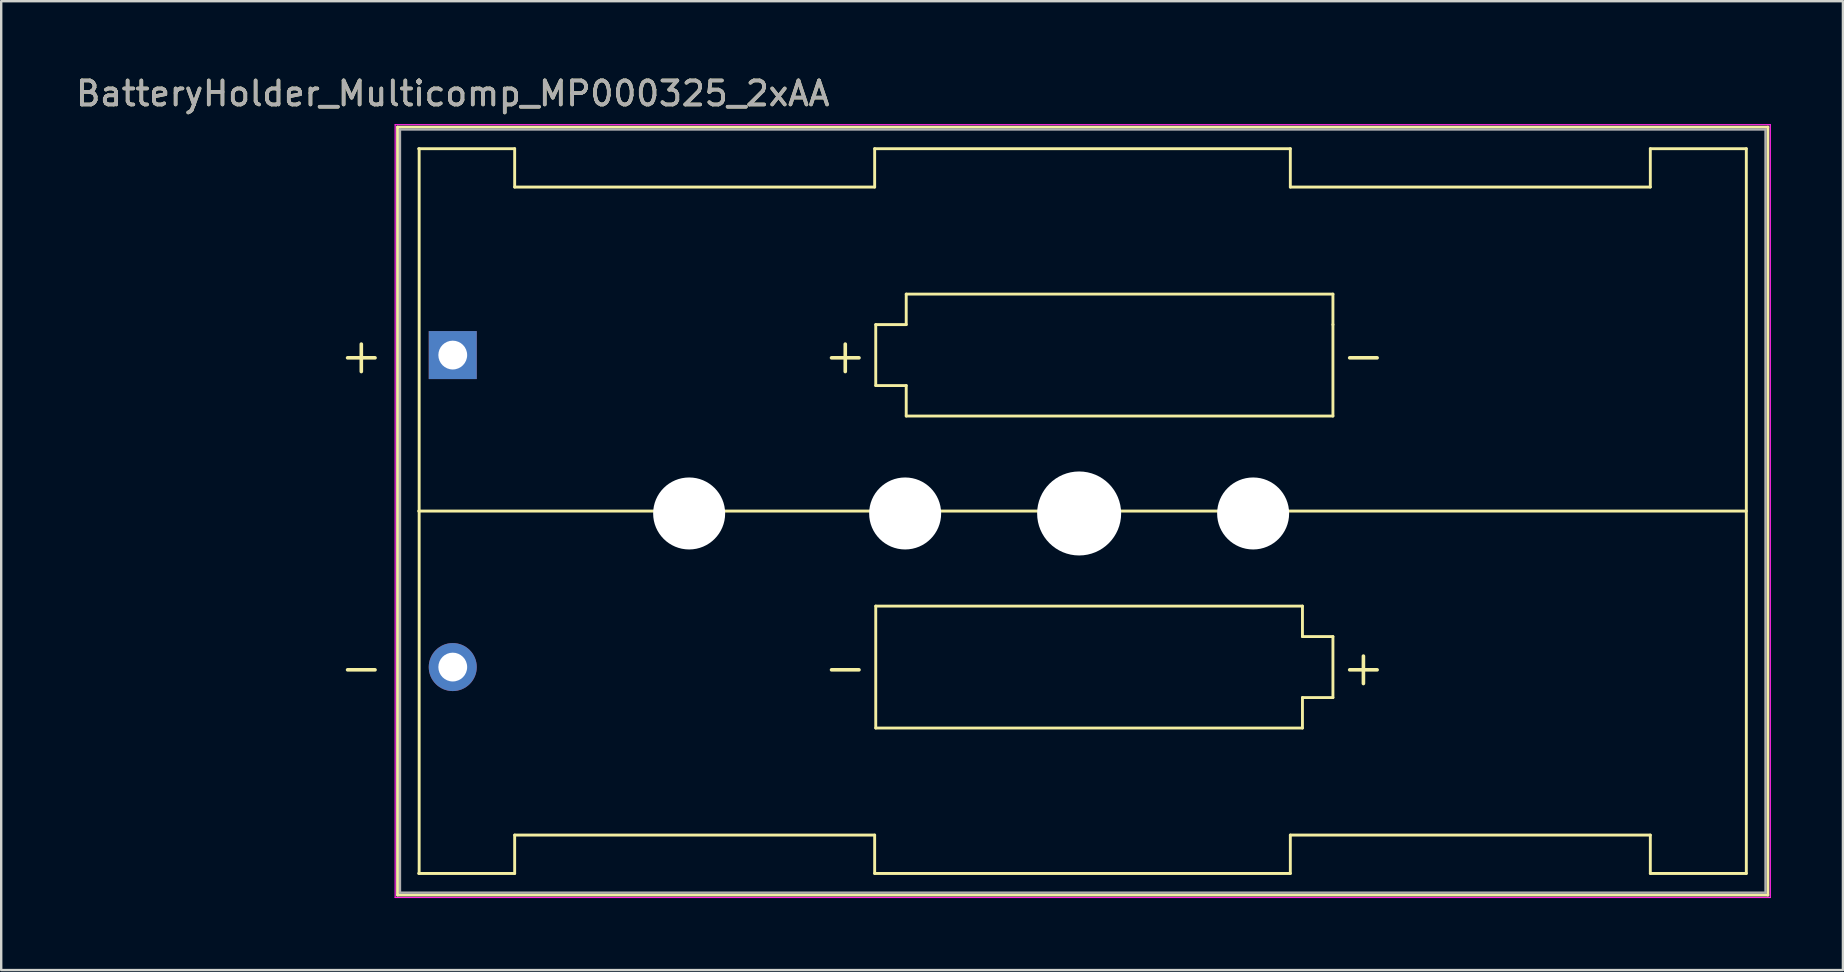
<source format=kicad_pcb>
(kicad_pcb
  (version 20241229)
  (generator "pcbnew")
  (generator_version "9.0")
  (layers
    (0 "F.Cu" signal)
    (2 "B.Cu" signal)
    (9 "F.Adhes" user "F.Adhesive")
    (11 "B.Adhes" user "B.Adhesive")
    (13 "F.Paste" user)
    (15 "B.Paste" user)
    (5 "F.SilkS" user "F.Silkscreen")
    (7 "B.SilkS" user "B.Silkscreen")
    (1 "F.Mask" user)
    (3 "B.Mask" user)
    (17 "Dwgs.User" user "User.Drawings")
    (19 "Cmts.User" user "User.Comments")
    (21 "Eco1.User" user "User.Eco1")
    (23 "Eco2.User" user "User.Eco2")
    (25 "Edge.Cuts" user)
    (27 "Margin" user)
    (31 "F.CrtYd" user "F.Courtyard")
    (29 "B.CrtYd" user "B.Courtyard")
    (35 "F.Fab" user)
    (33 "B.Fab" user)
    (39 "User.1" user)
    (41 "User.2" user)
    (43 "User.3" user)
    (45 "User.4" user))
  (footprint "BatteryHolder_Multicomp_MP000325_2xAA"
    (layer "F.Cu")
    (at 15.815 11.745)
    (property "Reference" "BatteryHolder_Multicomp_MP000325_2xAA" (at 0 -10.897 180) (layer "F.SilkS") (effects (font (size 1 1) (thickness 0.15))))
    (attr through_hole)
    (fp_line (start -2.3 -9.5) (end -2.3 22.5) (stroke (width 0.12) (type solid)) (layer "F.SilkS"))
    (fp_line (start -2.3 22.5) (end 54.8 22.5) (stroke (width 0.12) (type solid)) (layer "F.SilkS"))
    (fp_line (start -1.42 6.5) (end 53.9 6.5) (stroke (width 0.12) (type solid)) (layer "F.SilkS"))
    (fp_line (start -1.42 21.6) (end 2.58 21.6) (stroke (width 0.12) (type solid)) (layer "F.SilkS"))
    (fp_line (start -1.4 -8.6) (end -1.4 21.6) (stroke (width 0.12) (type solid)) (layer "F.SilkS"))
    (fp_line (start 2.58 -8.6) (end -1.42 -8.6) (stroke (width 0.12) (type solid)) (layer "F.SilkS"))
    (fp_line (start 2.58 -7) (end 2.58 -8.6) (stroke (width 0.12) (type solid)) (layer "F.SilkS"))
    (fp_line (start 2.58 -7) (end 17.58 -7) (stroke (width 0.12) (type solid)) (layer "F.SilkS"))
    (fp_line (start 2.58 20) (end 17.58 20) (stroke (width 0.12) (type solid)) (layer "F.SilkS"))
    (fp_line (start 2.58 21.6) (end 2.58 20) (stroke (width 0.12) (type solid)) (layer "F.SilkS"))
    (fp_line (start 17.58 -8.6) (end 17.58 -7) (stroke (width 0.12) (type solid)) (layer "F.SilkS"))
    (fp_line (start 17.58 20) (end 17.58 21.6) (stroke (width 0.12) (type solid)) (layer "F.SilkS"))
    (fp_line (start 17.58 21.6) (end 34.9 21.6) (stroke (width 0.12) (type solid)) (layer "F.SilkS"))
    (fp_line (start 17.625 -1.27) (end 18.895 -1.27) (stroke (width 0.12) (type solid)) (layer "F.SilkS"))
    (fp_line (start 17.625 1.27) (end 17.625 -1.27) (stroke (width 0.12) (type solid)) (layer "F.SilkS"))
    (fp_line (start 17.625 10.46) (end 35.405 10.46) (stroke (width 0.12) (type solid)) (layer "F.SilkS"))
    (fp_line (start 17.625 15.54) (end 17.625 10.46) (stroke (width 0.12) (type solid)) (layer "F.SilkS"))
    (fp_line (start 18.895 -2.54) (end 36.675 -2.54) (stroke (width 0.12) (type solid)) (layer "F.SilkS"))
    (fp_line (start 18.895 -1.27) (end 18.895 -2.54) (stroke (width 0.12) (type solid)) (layer "F.SilkS"))
    (fp_line (start 18.895 1.27) (end 17.625 1.27) (stroke (width 0.12) (type solid)) (layer "F.SilkS"))
    (fp_line (start 18.895 2.54) (end 18.895 1.27) (stroke (width 0.12) (type solid)) (layer "F.SilkS"))
    (fp_line (start 34.9 -8.6) (end 17.58 -8.6) (stroke (width 0.12) (type solid)) (layer "F.SilkS"))
    (fp_line (start 34.9 -7) (end 34.9 -8.6) (stroke (width 0.12) (type solid)) (layer "F.SilkS"))
    (fp_line (start 34.9 21.6) (end 34.9 20) (stroke (width 0.12) (type solid)) (layer "F.SilkS"))
    (fp_line (start 35.405 10.46) (end 35.405 11.73) (stroke (width 0.12) (type solid)) (layer "F.SilkS"))
    (fp_line (start 35.405 11.73) (end 36.675 11.73) (stroke (width 0.12) (type solid)) (layer "F.SilkS"))
    (fp_line (start 35.405 14.27) (end 35.405 15.54) (stroke (width 0.12) (type solid)) (layer "F.SilkS"))
    (fp_line (start 35.405 15.54) (end 17.625 15.54) (stroke (width 0.12) (type solid)) (layer "F.SilkS"))
    (fp_line (start 36.675 -2.54) (end 36.675 -1.27) (stroke (width 0.12) (type solid)) (layer "F.SilkS"))
    (fp_line (start 36.675 -1.27) (end 36.675 2.54) (stroke (width 0.12) (type solid)) (layer "F.SilkS"))
    (fp_line (start 36.675 2.54) (end 18.895 2.54) (stroke (width 0.12) (type solid)) (layer "F.SilkS"))
    (fp_line (start 36.675 11.73) (end 36.675 14.27) (stroke (width 0.12) (type solid)) (layer "F.SilkS"))
    (fp_line (start 36.675 14.27) (end 35.405 14.27) (stroke (width 0.12) (type solid)) (layer "F.SilkS"))
    (fp_line (start 49.9 -8.6) (end 49.9 -7) (stroke (width 0.12) (type solid)) (layer "F.SilkS"))
    (fp_line (start 49.9 -7) (end 34.9 -7) (stroke (width 0.12) (type solid)) (layer "F.SilkS"))
    (fp_line (start 49.9 20) (end 34.9 20) (stroke (width 0.12) (type solid)) (layer "F.SilkS"))
    (fp_line (start 49.9 21.6) (end 49.9 20) (stroke (width 0.12) (type solid)) (layer "F.SilkS"))
    (fp_line (start 53.9 -8.6) (end 49.9 -8.6) (stroke (width 0.12) (type solid)) (layer "F.SilkS"))
    (fp_line (start 53.9 -8.6) (end 53.9 21.6) (stroke (width 0.12) (type solid)) (layer "F.SilkS"))
    (fp_line (start 53.9 21.6) (end 49.9 21.6) (stroke (width 0.12) (type solid)) (layer "F.SilkS"))
    (fp_line (start 54.8 -9.5) (end -2.3 -9.5) (stroke (width 0.12) (type solid)) (layer "F.SilkS"))
    (fp_line (start 54.8 22.5) (end 54.8 -9.5) (stroke (width 0.12) (type solid)) (layer "F.SilkS"))
    (fp_line (start -2.4 -9.6) (end -2.4 22.6) (stroke (width 0.05) (type solid)) (layer "F.CrtYd"))
    (fp_line (start -2.4 22.6) (end 54.9 22.6) (stroke (width 0.05) (type solid)) (layer "F.CrtYd"))
    (fp_line (start 54.9 -9.6) (end -2.4 -9.6) (stroke (width 0.05) (type solid)) (layer "F.CrtYd"))
    (fp_line (start 54.9 22.6) (end 54.9 -9.6) (stroke (width 0.05) (type solid)) (layer "F.CrtYd"))
    (fp_line (start -2.2 -9.4) (end 54.7 -9.4) (stroke (width 0.1) (type solid)) (layer "F.Fab"))
    (fp_line (start -2.2 22.4) (end -2.2 -9.4) (stroke (width 0.1) (type solid)) (layer "F.Fab"))
    (fp_line (start -2.2 22.4) (end 54.7 22.4) (stroke (width 0.1) (type solid)) (layer "F.Fab"))
    (fp_line (start 54.7 22.4) (end 54.7 -9.4) (stroke (width 0.1) (type solid)) (layer "F.Fab"))
    (fp_text user "-" (at -3.81 13 0) (layer "F.SilkS") (effects (font (size 1.5 1.5) (thickness 0.15))))
    (fp_text user "+" (at 37.945 13 0) (layer "F.SilkS") (effects (font (size 1.5 1.5) (thickness 0.15))))
    (fp_text user "-" (at 16.355 13 0) (layer "F.SilkS") (effects (font (size 1.5 1.5) (thickness 0.15))))
    (fp_text user "+" (at -3.81 0 0) (layer "F.SilkS") (effects (font (size 1.5 1.5) (thickness 0.15))))
    (fp_text user "-" (at 37.945 0 0) (layer "F.SilkS") (effects (font (size 1.5 1.5) (thickness 0.15))))
    (fp_text user "+" (at 16.355 0 0) (layer "F.SilkS") (effects (font (size 1.5 1.5) (thickness 0.15))))
    (fp_text user "${REFERENCE}" (at 0 -10.897 0) (layer "F.Fab") (effects (font (size 1 1) (thickness 0.15))))
    (pad "" np_thru_hole circle (at 9.85 6.6) (size 3 3) (drill 3) (layers "*.Cu" "*.Mask"))
    (pad "" np_thru_hole circle (at 18.85 6.6) (size 3 3) (drill 3) (layers "*.Cu" "*.Mask"))
    (pad "" np_thru_hole circle (at 26.1 6.6) (size 3.5 3.5) (drill 3.5) (layers "*.Cu" "*.Mask"))
    (pad "" np_thru_hole circle (at 33.35 6.6) (size 3 3) (drill 3) (layers "*.Cu" "*.Mask"))
    (pad "1" thru_hole rect (at 0 0) (size 2 2) (drill 1.2) (layers "*.Cu" "*.Mask"))
    (pad "2" thru_hole circle (at 0 13) (size 2 2) (drill 1.2) (layers "*.Cu" "*.Mask")))
  (gr_rect
    (start -3 -3)
    (end 73.74 37.37)
    (stroke (width 0.1) (type default))
    (fill no)
    (layer "Edge.Cuts")))
</source>
